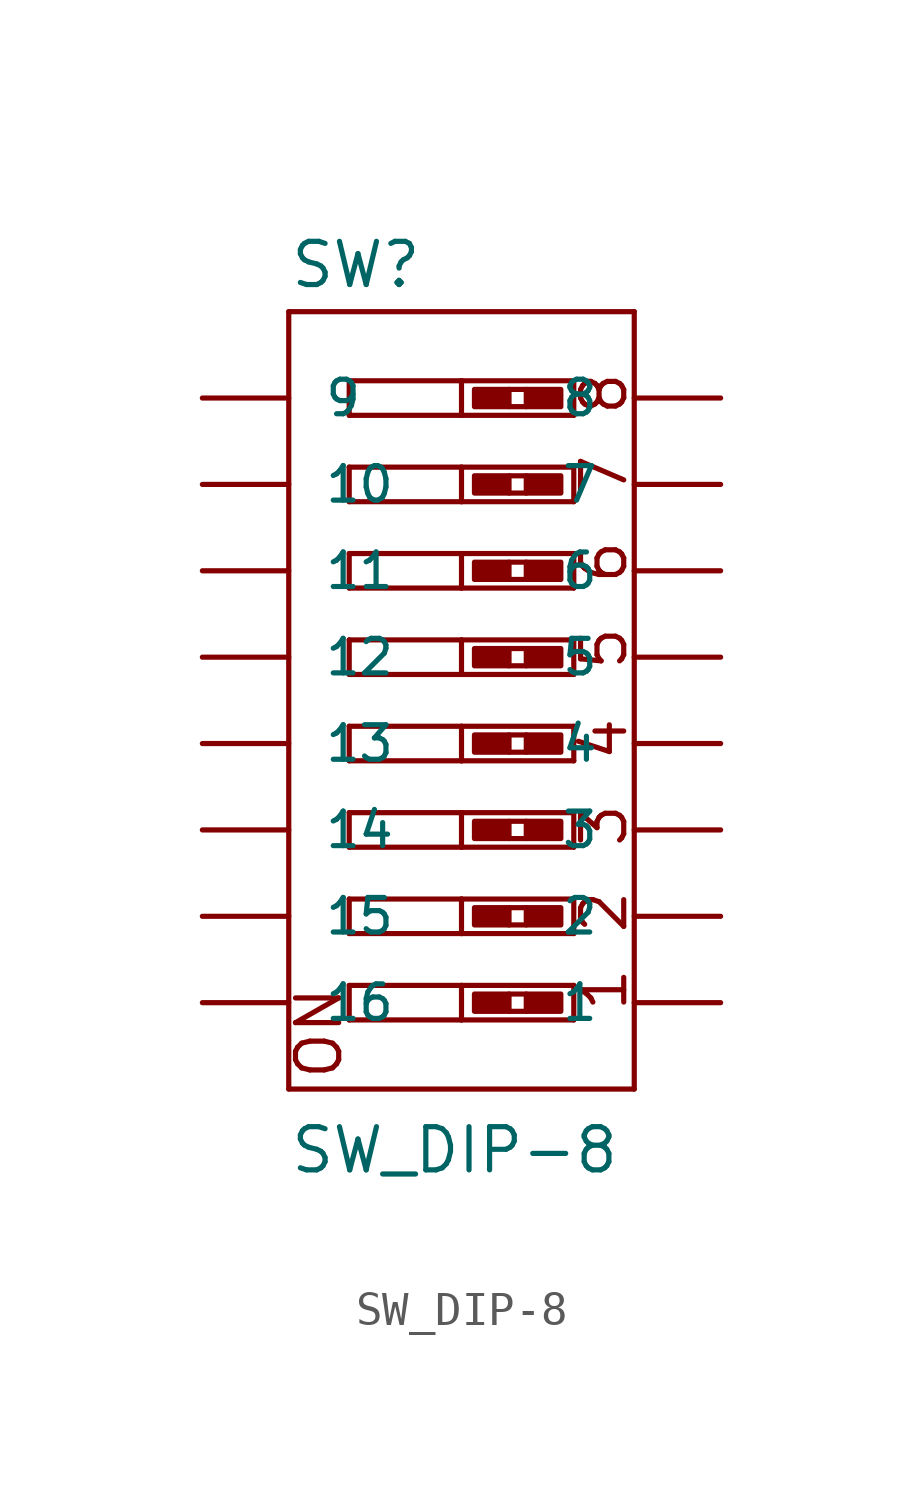
<source format=kicad_sym>
(kicad_symbol_lib
  (version 20211014)
  (generator kicad_symbol_editor)
  (symbol "SW_DIP-8"
    (pin_numbers hide)
    (pin_names
      (offset 1.016))
    (property "Reference" "SW"
      (at -5.08 10.795 0)
      (effects (font (size 1.27 1.27)) (justify left bottom)))
    (property "Value" "SW_DIP-8"
      (at -5.08 -15.24 0)
      (effects (font (size 1.27 1.27)) (justify left bottom)))
    (property "ki_locked" ""
      (at 0 0 0)
      (effects (font (size 1.27 1.27))))
    (symbol "SW_DIP-8_1_0"
      (polyline (pts (xy -5.08 -12.7) (xy 5.08 -12.7)) (stroke (width 0) (type default) (color 0 0 0 0)) (fill (type none)))
      (polyline (pts (xy -5.08 10.16) (xy -5.08 -12.7)) (stroke (width 0) (type default) (color 0 0 0 0)) (fill (type none)))
      (polyline (pts (xy -3.302 -10.668) (xy -3.302 -9.652)) (stroke (width 0) (type default) (color 0 0 0 0)) (fill (type none)))
      (polyline (pts (xy -3.302 -9.652) (xy 0 -9.652)) (stroke (width 0) (type default) (color 0 0 0 0)) (fill (type none)))
      (polyline (pts (xy -3.302 -8.128) (xy -3.302 -7.112)) (stroke (width 0) (type default) (color 0 0 0 0)) (fill (type none)))
      (polyline (pts (xy -3.302 -7.112) (xy 0 -7.112)) (stroke (width 0) (type default) (color 0 0 0 0)) (fill (type none)))
      (polyline (pts (xy -3.302 -5.588) (xy -3.302 -4.572)) (stroke (width 0) (type default) (color 0 0 0 0)) (fill (type none)))
      (polyline (pts (xy -3.302 -4.572) (xy 0 -4.572)) (stroke (width 0) (type default) (color 0 0 0 0)) (fill (type none)))
      (polyline (pts (xy -3.302 -3.048) (xy -3.302 -2.032)) (stroke (width 0) (type default) (color 0 0 0 0)) (fill (type none)))
      (polyline (pts (xy -3.302 -2.032) (xy 0 -2.032)) (stroke (width 0) (type default) (color 0 0 0 0)) (fill (type none)))
      (polyline (pts (xy -3.302 -0.508) (xy -3.302 0.508)) (stroke (width 0) (type default) (color 0 0 0 0)) (fill (type none)))
      (polyline (pts (xy -3.302 0.508) (xy 0 0.508)) (stroke (width 0) (type default) (color 0 0 0 0)) (fill (type none)))
      (polyline (pts (xy -3.302 2.032) (xy -3.302 3.048)) (stroke (width 0) (type default) (color 0 0 0 0)) (fill (type none)))
      (polyline (pts (xy -3.302 3.048) (xy 0 3.048)) (stroke (width 0) (type default) (color 0 0 0 0)) (fill (type none)))
      (polyline (pts (xy -3.302 4.572) (xy -3.302 5.588)) (stroke (width 0) (type default) (color 0 0 0 0)) (fill (type none)))
      (polyline (pts (xy -3.302 5.588) (xy 0 5.588)) (stroke (width 0) (type default) (color 0 0 0 0)) (fill (type none)))
      (polyline (pts (xy -3.302 7.112) (xy -3.302 8.128)) (stroke (width 0) (type default) (color 0 0 0 0)) (fill (type none)))
      (polyline (pts (xy -3.302 8.128) (xy 0 8.128)) (stroke (width 0) (type default) (color 0 0 0 0)) (fill (type none)))
      (polyline (pts (xy 0 -10.668) (xy -3.302 -10.668)) (stroke (width 0) (type default) (color 0 0 0 0)) (fill (type none)))
      (polyline (pts (xy 0 -9.652) (xy 0 -10.668)) (stroke (width 0) (type default) (color 0 0 0 0)) (fill (type none)))
      (polyline (pts (xy 0 -9.652) (xy 3.302 -9.652)) (stroke (width 0) (type default) (color 0 0 0 0)) (fill (type none)))
      (polyline (pts (xy 0 -8.128) (xy -3.302 -8.128)) (stroke (width 0) (type default) (color 0 0 0 0)) (fill (type none)))
      (polyline (pts (xy 0 -7.112) (xy 0 -8.128)) (stroke (width 0) (type default) (color 0 0 0 0)) (fill (type none)))
      (polyline (pts (xy 0 -7.112) (xy 3.302 -7.112)) (stroke (width 0) (type default) (color 0 0 0 0)) (fill (type none)))
      (polyline (pts (xy 0 -5.588) (xy -3.302 -5.588)) (stroke (width 0) (type default) (color 0 0 0 0)) (fill (type none)))
      (polyline (pts (xy 0 -4.572) (xy 0 -5.588)) (stroke (width 0) (type default) (color 0 0 0 0)) (fill (type none)))
      (polyline (pts (xy 0 -4.572) (xy 3.302 -4.572)) (stroke (width 0) (type default) (color 0 0 0 0)) (fill (type none)))
      (polyline (pts (xy 0 -3.048) (xy -3.302 -3.048)) (stroke (width 0) (type default) (color 0 0 0 0)) (fill (type none)))
      (polyline (pts (xy 0 -2.032) (xy 0 -3.048)) (stroke (width 0) (type default) (color 0 0 0 0)) (fill (type none)))
      (polyline (pts (xy 0 -2.032) (xy 3.302 -2.032)) (stroke (width 0) (type default) (color 0 0 0 0)) (fill (type none)))
      (polyline (pts (xy 0 -0.508) (xy -3.302 -0.508)) (stroke (width 0) (type default) (color 0 0 0 0)) (fill (type none)))
      (polyline (pts (xy 0 0.508) (xy 0 -0.508)) (stroke (width 0) (type default) (color 0 0 0 0)) (fill (type none)))
      (polyline (pts (xy 0 0.508) (xy 3.302 0.508)) (stroke (width 0) (type default) (color 0 0 0 0)) (fill (type none)))
      (polyline (pts (xy 0 2.032) (xy -3.302 2.032)) (stroke (width 0) (type default) (color 0 0 0 0)) (fill (type none)))
      (polyline (pts (xy 0 3.048) (xy 0 2.032)) (stroke (width 0) (type default) (color 0 0 0 0)) (fill (type none)))
      (polyline (pts (xy 0 3.048) (xy 3.302 3.048)) (stroke (width 0) (type default) (color 0 0 0 0)) (fill (type none)))
      (polyline (pts (xy 0 4.572) (xy -3.302 4.572)) (stroke (width 0) (type default) (color 0 0 0 0)) (fill (type none)))
      (polyline (pts (xy 0 5.588) (xy 0 4.572)) (stroke (width 0) (type default) (color 0 0 0 0)) (fill (type none)))
      (polyline (pts (xy 0 5.588) (xy 3.302 5.588)) (stroke (width 0) (type default) (color 0 0 0 0)) (fill (type none)))
      (polyline (pts (xy 0 7.112) (xy -3.302 7.112)) (stroke (width 0) (type default) (color 0 0 0 0)) (fill (type none)))
      (polyline (pts (xy 0 8.128) (xy 0 7.112)) (stroke (width 0) (type default) (color 0 0 0 0)) (fill (type none)))
      (polyline (pts (xy 0 8.128) (xy 3.302 8.128)) (stroke (width 0) (type default) (color 0 0 0 0)) (fill (type none)))
      (polyline (pts (xy 1.397 -10.414) (xy 1.905 -10.414)) (stroke (width 0) (type default) (color 0 0 0 0)) (fill (type none)))
      (polyline (pts (xy 1.397 -9.906) (xy 1.905 -9.906)) (stroke (width 0) (type default) (color 0 0 0 0)) (fill (type none)))
      (polyline (pts (xy 1.397 -7.874) (xy 1.905 -7.874)) (stroke (width 0) (type default) (color 0 0 0 0)) (fill (type none)))
      (polyline (pts (xy 1.397 -7.366) (xy 1.905 -7.366)) (stroke (width 0) (type default) (color 0 0 0 0)) (fill (type none)))
      (polyline (pts (xy 1.397 -5.334) (xy 1.905 -5.334)) (stroke (width 0) (type default) (color 0 0 0 0)) (fill (type none)))
      (polyline (pts (xy 1.397 -4.826) (xy 1.905 -4.826)) (stroke (width 0) (type default) (color 0 0 0 0)) (fill (type none)))
      (polyline (pts (xy 1.397 -2.794) (xy 1.905 -2.794)) (stroke (width 0) (type default) (color 0 0 0 0)) (fill (type none)))
      (polyline (pts (xy 1.397 -2.286) (xy 1.905 -2.286)) (stroke (width 0) (type default) (color 0 0 0 0)) (fill (type none)))
      (polyline (pts (xy 1.397 -0.254) (xy 1.905 -0.254)) (stroke (width 0) (type default) (color 0 0 0 0)) (fill (type none)))
      (polyline (pts (xy 1.397 0.254) (xy 1.905 0.254)) (stroke (width 0) (type default) (color 0 0 0 0)) (fill (type none)))
      (polyline (pts (xy 1.397 2.286) (xy 1.905 2.286)) (stroke (width 0) (type default) (color 0 0 0 0)) (fill (type none)))
      (polyline (pts (xy 1.397 2.794) (xy 1.905 2.794)) (stroke (width 0) (type default) (color 0 0 0 0)) (fill (type none)))
      (polyline (pts (xy 1.397 4.826) (xy 1.905 4.826)) (stroke (width 0) (type default) (color 0 0 0 0)) (fill (type none)))
      (polyline (pts (xy 1.397 5.334) (xy 1.905 5.334)) (stroke (width 0) (type default) (color 0 0 0 0)) (fill (type none)))
      (polyline (pts (xy 1.397 7.366) (xy 1.905 7.366)) (stroke (width 0) (type default) (color 0 0 0 0)) (fill (type none)))
      (polyline (pts (xy 1.397 7.874) (xy 1.905 7.874)) (stroke (width 0) (type default) (color 0 0 0 0)) (fill (type none)))
      (polyline (pts (xy 3.302 -10.668) (xy 0 -10.668)) (stroke (width 0) (type default) (color 0 0 0 0)) (fill (type none)))
      (polyline (pts (xy 3.302 -9.652) (xy 3.302 -10.668)) (stroke (width 0) (type default) (color 0 0 0 0)) (fill (type none)))
      (polyline (pts (xy 3.302 -8.128) (xy 0 -8.128)) (stroke (width 0) (type default) (color 0 0 0 0)) (fill (type none)))
      (polyline (pts (xy 3.302 -7.112) (xy 3.302 -8.128)) (stroke (width 0) (type default) (color 0 0 0 0)) (fill (type none)))
      (polyline (pts (xy 3.302 -5.588) (xy 0 -5.588)) (stroke (width 0) (type default) (color 0 0 0 0)) (fill (type none)))
      (polyline (pts (xy 3.302 -4.572) (xy 3.302 -5.588)) (stroke (width 0) (type default) (color 0 0 0 0)) (fill (type none)))
      (polyline (pts (xy 3.302 -3.048) (xy 0 -3.048)) (stroke (width 0) (type default) (color 0 0 0 0)) (fill (type none)))
      (polyline (pts (xy 3.302 -2.032) (xy 3.302 -3.048)) (stroke (width 0) (type default) (color 0 0 0 0)) (fill (type none)))
      (polyline (pts (xy 3.302 -0.508) (xy 0 -0.508)) (stroke (width 0) (type default) (color 0 0 0 0)) (fill (type none)))
      (polyline (pts (xy 3.302 0.508) (xy 3.302 -0.508)) (stroke (width 0) (type default) (color 0 0 0 0)) (fill (type none)))
      (polyline (pts (xy 3.302 2.032) (xy 0 2.032)) (stroke (width 0) (type default) (color 0 0 0 0)) (fill (type none)))
      (polyline (pts (xy 3.302 3.048) (xy 3.302 2.032)) (stroke (width 0) (type default) (color 0 0 0 0)) (fill (type none)))
      (polyline (pts (xy 3.302 4.572) (xy 0 4.572)) (stroke (width 0) (type default) (color 0 0 0 0)) (fill (type none)))
      (polyline (pts (xy 3.302 5.588) (xy 3.302 4.572)) (stroke (width 0) (type default) (color 0 0 0 0)) (fill (type none)))
      (polyline (pts (xy 3.302 7.112) (xy 0 7.112)) (stroke (width 0) (type default) (color 0 0 0 0)) (fill (type none)))
      (polyline (pts (xy 3.302 8.128) (xy 3.302 7.112)) (stroke (width 0) (type default) (color 0 0 0 0)) (fill (type none)))
      (polyline (pts (xy 5.08 -12.7) (xy 5.08 10.16)) (stroke (width 0) (type default) (color 0 0 0 0)) (fill (type none)))
      (polyline (pts (xy 5.08 10.16) (xy -5.08 10.16)) (stroke (width 0) (type default) (color 0 0 0 0)) (fill (type none)))
      (text "1" (at 4.191 -9.779 900) (effects (font (size 1.27 1.27))))
      (text "2" (at 4.191 -7.493 900) (effects (font (size 1.27 1.27))))
      (text "3" (at 4.191 -4.953 900) (effects (font (size 1.27 1.27))))
      (text "4" (at 4.191 -2.413 900) (effects (font (size 1.27 1.27))))
      (text "5" (at 4.191 0.254 900) (effects (font (size 1.27 1.27))))
      (text "6" (at 4.191 2.794 900) (effects (font (size 1.27 1.27))))
      (text "7" (at 4.191 5.334 900) (effects (font (size 1.27 1.27))))
      (text "8" (at 4.191 7.747 900) (effects (font (size 1.27 1.27))))
      (text "ON" (at -4.191 -11.049 900) (effects (font (size 1.27 1.27)))))
    (symbol "SW_DIP-8_1_1"
      (rectangle (start 0.381 -10.414) (end 1.397 -9.906) (stroke (width 0) (type default) (color 0 0 0 0)) (fill (type outline)))
      (rectangle (start 0.381 -7.874) (end 1.397 -7.366) (stroke (width 0) (type default) (color 0 0 0 0)) (fill (type outline)))
      (rectangle (start 0.381 -5.334) (end 1.397 -4.826) (stroke (width 0) (type default) (color 0 0 0 0)) (fill (type outline)))
      (rectangle (start 0.381 -2.794) (end 1.397 -2.286) (stroke (width 0) (type default) (color 0 0 0 0)) (fill (type outline)))
      (rectangle (start 0.381 -0.254) (end 1.397 0.254) (stroke (width 0) (type default) (color 0 0 0 0)) (fill (type outline)))
      (rectangle (start 0.381 2.286) (end 1.397 2.794) (stroke (width 0) (type default) (color 0 0 0 0)) (fill (type outline)))
      (rectangle (start 0.381 4.826) (end 1.397 5.334) (stroke (width 0) (type default) (color 0 0 0 0)) (fill (type outline)))
      (rectangle (start 0.381 7.366) (end 1.397 7.874) (stroke (width 0) (type default) (color 0 0 0 0)) (fill (type outline)))
      (rectangle (start 1.905 -10.414) (end 2.921 -9.906) (stroke (width 0) (type default) (color 0 0 0 0)) (fill (type outline)))
      (rectangle (start 1.905 -7.874) (end 2.921 -7.366) (stroke (width 0) (type default) (color 0 0 0 0)) (fill (type outline)))
      (rectangle (start 1.905 -5.334) (end 2.921 -4.826) (stroke (width 0) (type default) (color 0 0 0 0)) (fill (type outline)))
      (rectangle (start 1.905 -2.794) (end 2.921 -2.286) (stroke (width 0) (type default) (color 0 0 0 0)) (fill (type outline)))
      (rectangle (start 1.905 -0.254) (end 2.921 0.254) (stroke (width 0) (type default) (color 0 0 0 0)) (fill (type outline)))
      (rectangle (start 1.905 2.286) (end 2.921 2.794) (stroke (width 0) (type default) (color 0 0 0 0)) (fill (type outline)))
      (rectangle (start 1.905 4.826) (end 2.921 5.334) (stroke (width 0) (type default) (color 0 0 0 0)) (fill (type outline)))
      (rectangle (start 1.905 7.366) (end 2.921 7.874) (stroke (width 0) (type default) (color 0 0 0 0)) (fill (type outline)))
      (pin passive line (at 7.62 -10.16 180) (length 2.54) (name "1" (effects (font (size 1.016 1.016)))) (number "1" (effects (font (size 1.016 1.016)))))
      (pin passive line (at -7.62 5.08 0) (length 2.54) (name "10" (effects (font (size 1.016 1.016)))) (number "10" (effects (font (size 1.016 1.016)))))
      (pin passive line (at -7.62 2.54 0) (length 2.54) (name "11" (effects (font (size 1.016 1.016)))) (number "11" (effects (font (size 1.016 1.016)))))
      (pin passive line (at -7.62 0 0) (length 2.54) (name "12" (effects (font (size 1.016 1.016)))) (number "12" (effects (font (size 1.016 1.016)))))
      (pin passive line (at -7.62 -2.54 0) (length 2.54) (name "13" (effects (font (size 1.016 1.016)))) (number "13" (effects (font (size 1.016 1.016)))))
      (pin passive line (at -7.62 -5.08 0) (length 2.54) (name "14" (effects (font (size 1.016 1.016)))) (number "14" (effects (font (size 1.016 1.016)))))
      (pin passive line (at -7.62 -7.62 0) (length 2.54) (name "15" (effects (font (size 1.016 1.016)))) (number "15" (effects (font (size 1.016 1.016)))))
      (pin passive line (at -7.62 -10.16 0) (length 2.54) (name "16" (effects (font (size 1.016 1.016)))) (number "16" (effects (font (size 1.016 1.016)))))
      (pin passive line (at 7.62 -7.62 180) (length 2.54) (name "2" (effects (font (size 1.016 1.016)))) (number "2" (effects (font (size 1.016 1.016)))))
      (pin passive line (at 7.62 -5.08 180) (length 2.54) (name "3" (effects (font (size 1.016 1.016)))) (number "3" (effects (font (size 1.016 1.016)))))
      (pin passive line (at 7.62 -2.54 180) (length 2.54) (name "4" (effects (font (size 1.016 1.016)))) (number "4" (effects (font (size 1.016 1.016)))))
      (pin passive line (at 7.62 0 180) (length 2.54) (name "5" (effects (font (size 1.016 1.016)))) (number "5" (effects (font (size 1.016 1.016)))))
      (pin passive line (at 7.62 2.54 180) (length 2.54) (name "6" (effects (font (size 1.016 1.016)))) (number "6" (effects (font (size 1.016 1.016)))))
      (pin passive line (at 7.62 5.08 180) (length 2.54) (name "7" (effects (font (size 1.016 1.016)))) (number "7" (effects (font (size 1.016 1.016)))))
      (pin passive line (at 7.62 7.62 180) (length 2.54) (name "8" (effects (font (size 1.016 1.016)))) (number "8" (effects (font (size 1.016 1.016)))))
      (pin passive line (at -7.62 7.62 0) (length 2.54) (name "9" (effects (font (size 1.016 1.016)))) (number "9" (effects (font (size 1.016 1.016))))))))
</source>
